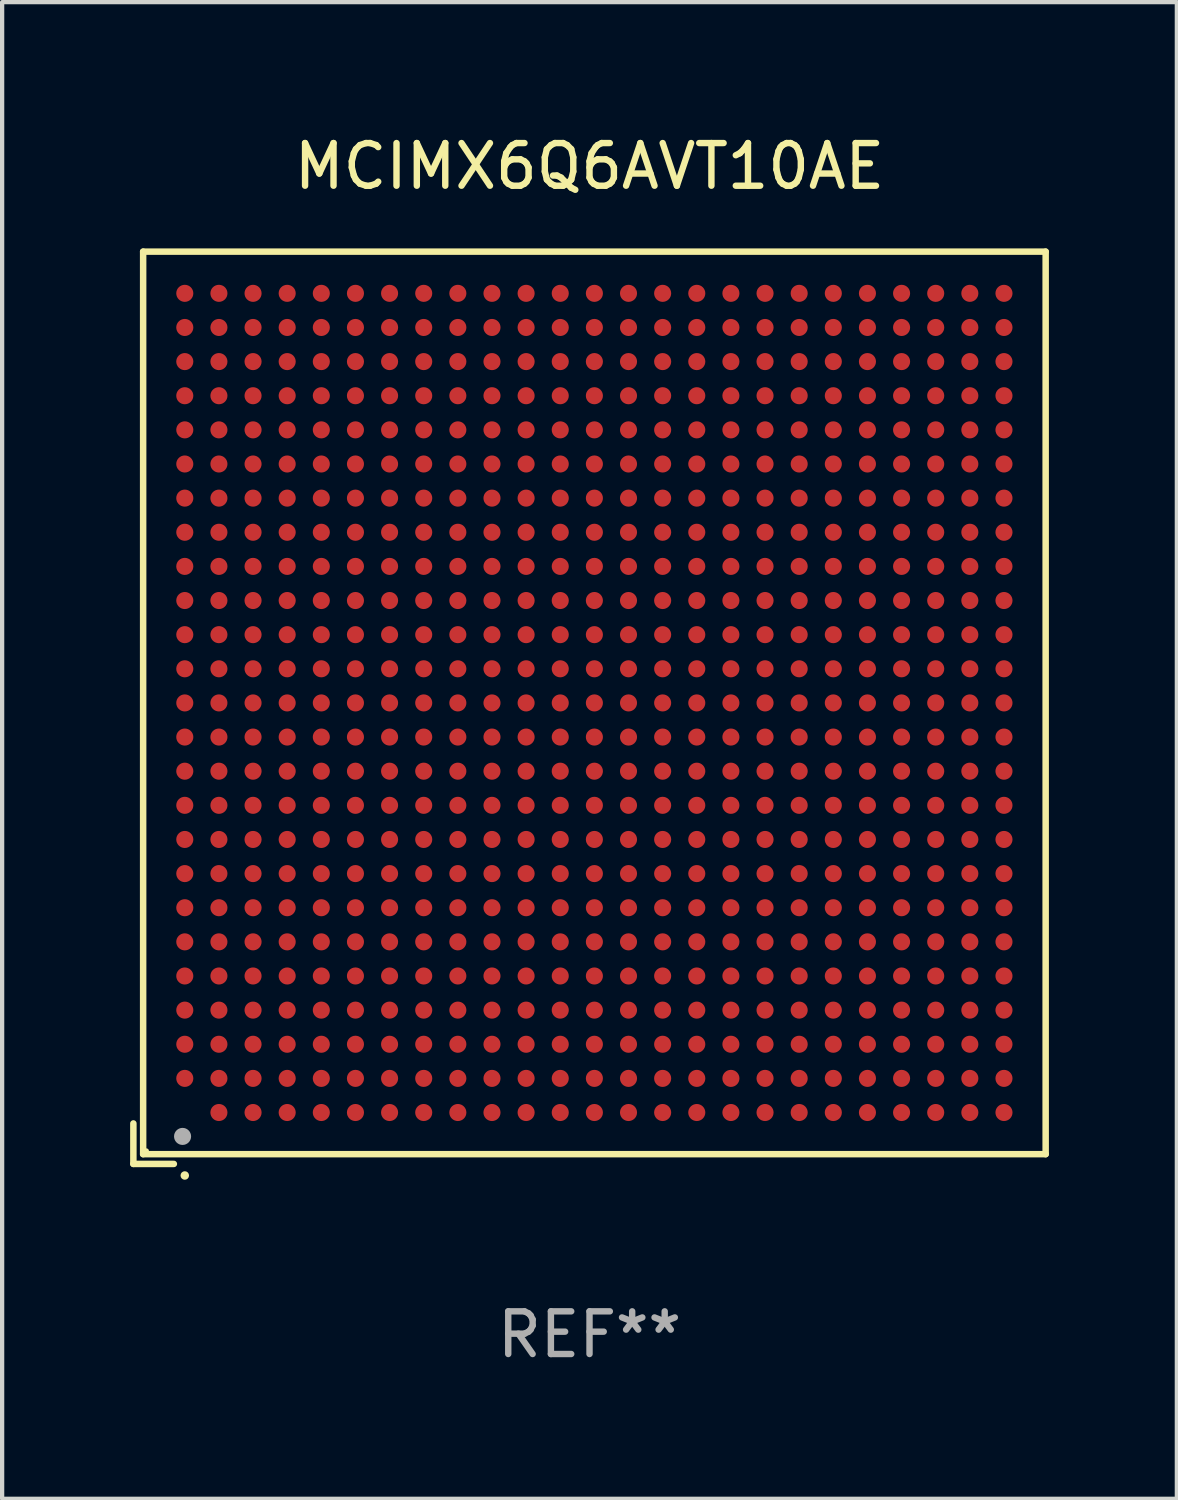
<source format=kicad_pcb>
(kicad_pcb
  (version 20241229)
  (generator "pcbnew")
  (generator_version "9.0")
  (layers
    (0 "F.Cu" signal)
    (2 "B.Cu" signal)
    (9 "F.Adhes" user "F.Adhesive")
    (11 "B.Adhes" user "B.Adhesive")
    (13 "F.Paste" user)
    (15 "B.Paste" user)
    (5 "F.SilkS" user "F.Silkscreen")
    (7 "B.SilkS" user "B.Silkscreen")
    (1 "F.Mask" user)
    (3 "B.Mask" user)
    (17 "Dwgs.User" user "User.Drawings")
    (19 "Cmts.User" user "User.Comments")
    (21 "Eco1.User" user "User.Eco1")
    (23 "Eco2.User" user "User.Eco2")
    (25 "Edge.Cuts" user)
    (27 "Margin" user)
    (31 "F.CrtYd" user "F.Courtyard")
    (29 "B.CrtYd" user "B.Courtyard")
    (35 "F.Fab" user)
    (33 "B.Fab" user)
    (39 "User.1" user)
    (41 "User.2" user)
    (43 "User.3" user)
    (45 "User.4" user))
  (footprint "MCIMX6Q6AVT10AE"
    (layer "F.Cu")
    (at 10.767 13.539)
    (property "Reference" "MCIMX6Q6AVT10AE" (at 0 -12.691 0) (layer "F.SilkS") (effects (font (size 1 1) (thickness 0.15))))
    (attr through_hole)
    (fp_line (start -10.691 9.742) (end -10.691 10.691) (stroke (width 0.152) (type solid)) (layer "F.SilkS"))
    (fp_line (start -10.691 10.691) (end -9.742 10.691) (stroke (width 0.152) (type solid)) (layer "F.SilkS"))
    (fp_line (start -10.462 -10.691) (end 10.691 -10.691) (stroke (width 0.152) (type solid)) (layer "F.SilkS"))
    (fp_line (start -10.462 10.462) (end -10.462 -10.691) (stroke (width 0.152) (type solid)) (layer "F.SilkS"))
    (fp_line (start 10.691 -10.691) (end 10.691 10.462) (stroke (width 0.152) (type solid)) (layer "F.SilkS"))
    (fp_line (start 10.691 10.462) (end -10.462 10.462) (stroke (width 0.152) (type solid)) (layer "F.SilkS"))
    (fp_circle (center -10.386 10.386) (end -10.356 10.386) (stroke (width 0.06) (type solid)) (fill no) (layer "F.SilkS"))
    (fp_circle (center -9.486 10.962) (end -9.436 10.962) (stroke (width 0.1) (type solid)) (fill no) (layer "F.SilkS"))
    (fp_circle (center -9.538 10.046) (end -9.438 10.046) (stroke (width 0.2) (type solid)) (fill no) (layer "F.Fab"))
    (fp_text user "REF**" (at 0 14.691 0) (layer "F.Fab") (effects (font (size 1 1) (thickness 0.15))))
    (pad "A2" smd circle (at -9.486 8.686) (size 0.4 0.4) (layers "F.Cu" "F.Mask" "F.Paste"))
    (pad "A3" smd circle (at -9.486 7.886) (size 0.4 0.4) (layers "F.Cu" "F.Mask" "F.Paste"))
    (pad "A4" smd circle (at -9.486 7.086) (size 0.4 0.4) (layers "F.Cu" "F.Mask" "F.Paste"))
    (pad "A5" smd circle (at -9.486 6.286) (size 0.4 0.4) (layers "F.Cu" "F.Mask" "F.Paste"))
    (pad "A6" smd circle (at -9.486 5.486) (size 0.4 0.4) (layers "F.Cu" "F.Mask" "F.Paste"))
    (pad "A7" smd circle (at -9.486 4.686) (size 0.4 0.4) (layers "F.Cu" "F.Mask" "F.Paste"))
    (pad "A8" smd circle (at -9.486 3.886) (size 0.4 0.4) (layers "F.Cu" "F.Mask" "F.Paste"))
    (pad "A9" smd circle (at -9.486 3.086) (size 0.4 0.4) (layers "F.Cu" "F.Mask" "F.Paste"))
    (pad "A10" smd circle (at -9.486 2.286) (size 0.4 0.4) (layers "F.Cu" "F.Mask" "F.Paste"))
    (pad "A11" smd circle (at -9.486 1.486) (size 0.4 0.4) (layers "F.Cu" "F.Mask" "F.Paste"))
    (pad "A12" smd circle (at -9.486 0.686) (size 0.4 0.4) (layers "F.Cu" "F.Mask" "F.Paste"))
    (pad "A13" smd circle (at -9.486 -0.114) (size 0.4 0.4) (layers "F.Cu" "F.Mask" "F.Paste"))
    (pad "A14" smd circle (at -9.486 -0.914) (size 0.4 0.4) (layers "F.Cu" "F.Mask" "F.Paste"))
    (pad "A15" smd circle (at -9.486 -1.714) (size 0.4 0.4) (layers "F.Cu" "F.Mask" "F.Paste"))
    (pad "A16" smd circle (at -9.486 -2.514) (size 0.4 0.4) (layers "F.Cu" "F.Mask" "F.Paste"))
    (pad "A17" smd circle (at -9.486 -3.314) (size 0.4 0.4) (layers "F.Cu" "F.Mask" "F.Paste"))
    (pad "A18" smd circle (at -9.486 -4.114) (size 0.4 0.4) (layers "F.Cu" "F.Mask" "F.Paste"))
    (pad "A19" smd circle (at -9.486 -4.914) (size 0.4 0.4) (layers "F.Cu" "F.Mask" "F.Paste"))
    (pad "A20" smd circle (at -9.486 -5.714) (size 0.4 0.4) (layers "F.Cu" "F.Mask" "F.Paste"))
    (pad "A21" smd circle (at -9.486 -6.514) (size 0.4 0.4) (layers "F.Cu" "F.Mask" "F.Paste"))
    (pad "A22" smd circle (at -9.486 -7.314) (size 0.4 0.4) (layers "F.Cu" "F.Mask" "F.Paste"))
    (pad "A23" smd circle (at -9.486 -8.114) (size 0.4 0.4) (layers "F.Cu" "F.Mask" "F.Paste"))
    (pad "A24" smd circle (at -9.486 -8.914) (size 0.4 0.4) (layers "F.Cu" "F.Mask" "F.Paste"))
    (pad "A25" smd circle (at -9.486 -9.714) (size 0.4 0.4) (layers "F.Cu" "F.Mask" "F.Paste"))
    (pad "AA1" smd circle (at 6.514 9.486) (size 0.4 0.4) (layers "F.Cu" "F.Mask" "F.Paste"))
    (pad "AA2" smd circle (at 6.514 8.686) (size 0.4 0.4) (layers "F.Cu" "F.Mask" "F.Paste"))
    (pad "AA3" smd circle (at 6.514 7.886) (size 0.4 0.4) (layers "F.Cu" "F.Mask" "F.Paste"))
    (pad "AA4" smd circle (at 6.514 7.086) (size 0.4 0.4) (layers "F.Cu" "F.Mask" "F.Paste"))
    (pad "AA5" smd circle (at 6.514 6.286) (size 0.4 0.4) (layers "F.Cu" "F.Mask" "F.Paste"))
    (pad "AA6" smd circle (at 6.514 5.486) (size 0.4 0.4) (layers "F.Cu" "F.Mask" "F.Paste"))
    (pad "AA7" smd circle (at 6.514 4.686) (size 0.4 0.4) (layers "F.Cu" "F.Mask" "F.Paste"))
    (pad "AA8" smd circle (at 6.514 3.886) (size 0.4 0.4) (layers "F.Cu" "F.Mask" "F.Paste"))
    (pad "AA9" smd circle (at 6.514 3.086) (size 0.4 0.4) (layers "F.Cu" "F.Mask" "F.Paste"))
    (pad "AA10" smd circle (at 6.514 2.286) (size 0.4 0.4) (layers "F.Cu" "F.Mask" "F.Paste"))
    (pad "AA11" smd circle (at 6.514 1.486) (size 0.4 0.4) (layers "F.Cu" "F.Mask" "F.Paste"))
    (pad "AA12" smd circle (at 6.514 0.686) (size 0.4 0.4) (layers "F.Cu" "F.Mask" "F.Paste"))
    (pad "AA13" smd circle (at 6.514 -0.114) (size 0.4 0.4) (layers "F.Cu" "F.Mask" "F.Paste"))
    (pad "AA14" smd circle (at 6.514 -0.914) (size 0.4 0.4) (layers "F.Cu" "F.Mask" "F.Paste"))
    (pad "AA15" smd circle (at 6.514 -1.714) (size 0.4 0.4) (layers "F.Cu" "F.Mask" "F.Paste"))
    (pad "AA16" smd circle (at 6.514 -2.514) (size 0.4 0.4) (layers "F.Cu" "F.Mask" "F.Paste"))
    (pad "AA17" smd circle (at 6.514 -3.314) (size 0.4 0.4) (layers "F.Cu" "F.Mask" "F.Paste"))
    (pad "AA18" smd circle (at 6.514 -4.114) (size 0.4 0.4) (layers "F.Cu" "F.Mask" "F.Paste"))
    (pad "AA19" smd circle (at 6.514 -4.914) (size 0.4 0.4) (layers "F.Cu" "F.Mask" "F.Paste"))
    (pad "AA20" smd circle (at 6.514 -5.714) (size 0.4 0.4) (layers "F.Cu" "F.Mask" "F.Paste"))
    (pad "AA21" smd circle (at 6.514 -6.514) (size 0.4 0.4) (layers "F.Cu" "F.Mask" "F.Paste"))
    (pad "AA22" smd circle (at 6.514 -7.314) (size 0.4 0.4) (layers "F.Cu" "F.Mask" "F.Paste"))
    (pad "AA23" smd circle (at 6.514 -8.114) (size 0.4 0.4) (layers "F.Cu" "F.Mask" "F.Paste"))
    (pad "AA24" smd circle (at 6.514 -8.914) (size 0.4 0.4) (layers "F.Cu" "F.Mask" "F.Paste"))
    (pad "AA25" smd circle (at 6.514 -9.714) (size 0.4 0.4) (layers "F.Cu" "F.Mask" "F.Paste"))
    (pad "AB1" smd circle (at 7.314 9.486) (size 0.4 0.4) (layers "F.Cu" "F.Mask" "F.Paste"))
    (pad "AB2" smd circle (at 7.314 8.686) (size 0.4 0.4) (layers "F.Cu" "F.Mask" "F.Paste"))
    (pad "AB3" smd circle (at 7.314 7.886) (size 0.4 0.4) (layers "F.Cu" "F.Mask" "F.Paste"))
    (pad "AB4" smd circle (at 7.314 7.086) (size 0.4 0.4) (layers "F.Cu" "F.Mask" "F.Paste"))
    (pad "AB5" smd circle (at 7.314 6.286) (size 0.4 0.4) (layers "F.Cu" "F.Mask" "F.Paste"))
    (pad "AB6" smd circle (at 7.314 5.486) (size 0.4 0.4) (layers "F.Cu" "F.Mask" "F.Paste"))
    (pad "AB7" smd circle (at 7.314 4.686) (size 0.4 0.4) (layers "F.Cu" "F.Mask" "F.Paste"))
    (pad "AB8" smd circle (at 7.314 3.886) (size 0.4 0.4) (layers "F.Cu" "F.Mask" "F.Paste"))
    (pad "AB9" smd circle (at 7.314 3.086) (size 0.4 0.4) (layers "F.Cu" "F.Mask" "F.Paste"))
    (pad "AB10" smd circle (at 7.314 2.286) (size 0.4 0.4) (layers "F.Cu" "F.Mask" "F.Paste"))
    (pad "AB11" smd circle (at 7.314 1.486) (size 0.4 0.4) (layers "F.Cu" "F.Mask" "F.Paste"))
    (pad "AB12" smd circle (at 7.314 0.686) (size 0.4 0.4) (layers "F.Cu" "F.Mask" "F.Paste"))
    (pad "AB13" smd circle (at 7.314 -0.114) (size 0.4 0.4) (layers "F.Cu" "F.Mask" "F.Paste"))
    (pad "AB14" smd circle (at 7.314 -0.914) (size 0.4 0.4) (layers "F.Cu" "F.Mask" "F.Paste"))
    (pad "AB15" smd circle (at 7.314 -1.714) (size 0.4 0.4) (layers "F.Cu" "F.Mask" "F.Paste"))
    (pad "AB16" smd circle (at 7.314 -2.514) (size 0.4 0.4) (layers "F.Cu" "F.Mask" "F.Paste"))
    (pad "AB17" smd circle (at 7.314 -3.314) (size 0.4 0.4) (layers "F.Cu" "F.Mask" "F.Paste"))
    (pad "AB18" smd circle (at 7.314 -4.114) (size 0.4 0.4) (layers "F.Cu" "F.Mask" "F.Paste"))
    (pad "AB19" smd circle (at 7.314 -4.914) (size 0.4 0.4) (layers "F.Cu" "F.Mask" "F.Paste"))
    (pad "AB20" smd circle (at 7.314 -5.714) (size 0.4 0.4) (layers "F.Cu" "F.Mask" "F.Paste"))
    (pad "AB21" smd circle (at 7.314 -6.514) (size 0.4 0.4) (layers "F.Cu" "F.Mask" "F.Paste"))
    (pad "AB22" smd circle (at 7.314 -7.314) (size 0.4 0.4) (layers "F.Cu" "F.Mask" "F.Paste"))
    (pad "AB23" smd circle (at 7.314 -8.114) (size 0.4 0.4) (layers "F.Cu" "F.Mask" "F.Paste"))
    (pad "AB24" smd circle (at 7.314 -8.914) (size 0.4 0.4) (layers "F.Cu" "F.Mask" "F.Paste"))
    (pad "AB25" smd circle (at 7.314 -9.714) (size 0.4 0.4) (layers "F.Cu" "F.Mask" "F.Paste"))
    (pad "AC1" smd circle (at 8.114 9.486) (size 0.4 0.4) (layers "F.Cu" "F.Mask" "F.Paste"))
    (pad "AC2" smd circle (at 8.114 8.686) (size 0.4 0.4) (layers "F.Cu" "F.Mask" "F.Paste"))
    (pad "AC3" smd circle (at 8.114 7.886) (size 0.4 0.4) (layers "F.Cu" "F.Mask" "F.Paste"))
    (pad "AC4" smd circle (at 8.114 7.086) (size 0.4 0.4) (layers "F.Cu" "F.Mask" "F.Paste"))
    (pad "AC5" smd circle (at 8.114 6.286) (size 0.4 0.4) (layers "F.Cu" "F.Mask" "F.Paste"))
    (pad "AC6" smd circle (at 8.114 5.486) (size 0.4 0.4) (layers "F.Cu" "F.Mask" "F.Paste"))
    (pad "AC7" smd circle (at 8.114 4.686) (size 0.4 0.4) (layers "F.Cu" "F.Mask" "F.Paste"))
    (pad "AC8" smd circle (at 8.114 3.886) (size 0.4 0.4) (layers "F.Cu" "F.Mask" "F.Paste"))
    (pad "AC9" smd circle (at 8.114 3.086) (size 0.4 0.4) (layers "F.Cu" "F.Mask" "F.Paste"))
    (pad "AC10" smd circle (at 8.114 2.286) (size 0.4 0.4) (layers "F.Cu" "F.Mask" "F.Paste"))
    (pad "AC11" smd circle (at 8.114 1.486) (size 0.4 0.4) (layers "F.Cu" "F.Mask" "F.Paste"))
    (pad "AC12" smd circle (at 8.114 0.686) (size 0.4 0.4) (layers "F.Cu" "F.Mask" "F.Paste"))
    (pad "AC13" smd circle (at 8.114 -0.114) (size 0.4 0.4) (layers "F.Cu" "F.Mask" "F.Paste"))
    (pad "AC14" smd circle (at 8.114 -0.914) (size 0.4 0.4) (layers "F.Cu" "F.Mask" "F.Paste"))
    (pad "AC15" smd circle (at 8.114 -1.714) (size 0.4 0.4) (layers "F.Cu" "F.Mask" "F.Paste"))
    (pad "AC16" smd circle (at 8.114 -2.514) (size 0.4 0.4) (layers "F.Cu" "F.Mask" "F.Paste"))
    (pad "AC17" smd circle (at 8.114 -3.314) (size 0.4 0.4) (layers "F.Cu" "F.Mask" "F.Paste"))
    (pad "AC18" smd circle (at 8.114 -4.114) (size 0.4 0.4) (layers "F.Cu" "F.Mask" "F.Paste"))
    (pad "AC19" smd circle (at 8.114 -4.914) (size 0.4 0.4) (layers "F.Cu" "F.Mask" "F.Paste"))
    (pad "AC20" smd circle (at 8.114 -5.714) (size 0.4 0.4) (layers "F.Cu" "F.Mask" "F.Paste"))
    (pad "AC21" smd circle (at 8.114 -6.514) (size 0.4 0.4) (layers "F.Cu" "F.Mask" "F.Paste"))
    (pad "AC22" smd circle (at 8.114 -7.314) (size 0.4 0.4) (layers "F.Cu" "F.Mask" "F.Paste"))
    (pad "AC23" smd circle (at 8.114 -8.114) (size 0.4 0.4) (layers "F.Cu" "F.Mask" "F.Paste"))
    (pad "AC24" smd circle (at 8.114 -8.914) (size 0.4 0.4) (layers "F.Cu" "F.Mask" "F.Paste"))
    (pad "AC25" smd circle (at 8.114 -9.714) (size 0.4 0.4) (layers "F.Cu" "F.Mask" "F.Paste"))
    (pad "AD1" smd circle (at 8.914 9.486) (size 0.4 0.4) (layers "F.Cu" "F.Mask" "F.Paste"))
    (pad "AD2" smd circle (at 8.914 8.686) (size 0.4 0.4) (layers "F.Cu" "F.Mask" "F.Paste"))
    (pad "AD3" smd circle (at 8.914 7.886) (size 0.4 0.4) (layers "F.Cu" "F.Mask" "F.Paste"))
    (pad "AD4" smd circle (at 8.914 7.086) (size 0.4 0.4) (layers "F.Cu" "F.Mask" "F.Paste"))
    (pad "AD5" smd circle (at 8.914 6.286) (size 0.4 0.4) (layers "F.Cu" "F.Mask" "F.Paste"))
    (pad "AD6" smd circle (at 8.914 5.486) (size 0.4 0.4) (layers "F.Cu" "F.Mask" "F.Paste"))
    (pad "AD7" smd circle (at 8.914 4.686) (size 0.4 0.4) (layers "F.Cu" "F.Mask" "F.Paste"))
    (pad "AD8" smd circle (at 8.914 3.886) (size 0.4 0.4) (layers "F.Cu" "F.Mask" "F.Paste"))
    (pad "AD9" smd circle (at 8.914 3.086) (size 0.4 0.4) (layers "F.Cu" "F.Mask" "F.Paste"))
    (pad "AD10" smd circle (at 8.914 2.286) (size 0.4 0.4) (layers "F.Cu" "F.Mask" "F.Paste"))
    (pad "AD11" smd circle (at 8.914 1.486) (size 0.4 0.4) (layers "F.Cu" "F.Mask" "F.Paste"))
    (pad "AD12" smd circle (at 8.914 0.686) (size 0.4 0.4) (layers "F.Cu" "F.Mask" "F.Paste"))
    (pad "AD13" smd circle (at 8.914 -0.114) (size 0.4 0.4) (layers "F.Cu" "F.Mask" "F.Paste"))
    (pad "AD14" smd circle (at 8.914 -0.914) (size 0.4 0.4) (layers "F.Cu" "F.Mask" "F.Paste"))
    (pad "AD15" smd circle (at 8.914 -1.714) (size 0.4 0.4) (layers "F.Cu" "F.Mask" "F.Paste"))
    (pad "AD16" smd circle (at 8.914 -2.514) (size 0.4 0.4) (layers "F.Cu" "F.Mask" "F.Paste"))
    (pad "AD17" smd circle (at 8.914 -3.314) (size 0.4 0.4) (layers "F.Cu" "F.Mask" "F.Paste"))
    (pad "AD18" smd circle (at 8.914 -4.114) (size 0.4 0.4) (layers "F.Cu" "F.Mask" "F.Paste"))
    (pad "AD19" smd circle (at 8.914 -4.914) (size 0.4 0.4) (layers "F.Cu" "F.Mask" "F.Paste"))
    (pad "AD20" smd circle (at 8.914 -5.714) (size 0.4 0.4) (layers "F.Cu" "F.Mask" "F.Paste"))
    (pad "AD21" smd circle (at 8.914 -6.514) (size 0.4 0.4) (layers "F.Cu" "F.Mask" "F.Paste"))
    (pad "AD22" smd circle (at 8.914 -7.314) (size 0.4 0.4) (layers "F.Cu" "F.Mask" "F.Paste"))
    (pad "AD23" smd circle (at 8.914 -8.114) (size 0.4 0.4) (layers "F.Cu" "F.Mask" "F.Paste"))
    (pad "AD24" smd circle (at 8.914 -8.914) (size 0.4 0.4) (layers "F.Cu" "F.Mask" "F.Paste"))
    (pad "AD25" smd circle (at 8.914 -9.714) (size 0.4 0.4) (layers "F.Cu" "F.Mask" "F.Paste"))
    (pad "AE1" smd circle (at 9.714 9.486) (size 0.4 0.4) (layers "F.Cu" "F.Mask" "F.Paste"))
    (pad "AE2" smd circle (at 9.714 8.686) (size 0.4 0.4) (layers "F.Cu" "F.Mask" "F.Paste"))
    (pad "AE3" smd circle (at 9.714 7.886) (size 0.4 0.4) (layers "F.Cu" "F.Mask" "F.Paste"))
    (pad "AE4" smd circle (at 9.714 7.086) (size 0.4 0.4) (layers "F.Cu" "F.Mask" "F.Paste"))
    (pad "AE5" smd circle (at 9.714 6.286) (size 0.4 0.4) (layers "F.Cu" "F.Mask" "F.Paste"))
    (pad "AE6" smd circle (at 9.714 5.486) (size 0.4 0.4) (layers "F.Cu" "F.Mask" "F.Paste"))
    (pad "AE7" smd circle (at 9.714 4.686) (size 0.4 0.4) (layers "F.Cu" "F.Mask" "F.Paste"))
    (pad "AE8" smd circle (at 9.714 3.886) (size 0.4 0.4) (layers "F.Cu" "F.Mask" "F.Paste"))
    (pad "AE9" smd circle (at 9.714 3.086) (size 0.4 0.4) (layers "F.Cu" "F.Mask" "F.Paste"))
    (pad "AE10" smd circle (at 9.714 2.286) (size 0.4 0.4) (layers "F.Cu" "F.Mask" "F.Paste"))
    (pad "AE11" smd circle (at 9.714 1.486) (size 0.4 0.4) (layers "F.Cu" "F.Mask" "F.Paste"))
    (pad "AE12" smd circle (at 9.714 0.686) (size 0.4 0.4) (layers "F.Cu" "F.Mask" "F.Paste"))
    (pad "AE13" smd circle (at 9.714 -0.114) (size 0.4 0.4) (layers "F.Cu" "F.Mask" "F.Paste"))
    (pad "AE14" smd circle (at 9.714 -0.914) (size 0.4 0.4) (layers "F.Cu" "F.Mask" "F.Paste"))
    (pad "AE15" smd circle (at 9.714 -1.714) (size 0.4 0.4) (layers "F.Cu" "F.Mask" "F.Paste"))
    (pad "AE16" smd circle (at 9.714 -2.514) (size 0.4 0.4) (layers "F.Cu" "F.Mask" "F.Paste"))
    (pad "AE17" smd circle (at 9.714 -3.314) (size 0.4 0.4) (layers "F.Cu" "F.Mask" "F.Paste"))
    (pad "AE18" smd circle (at 9.714 -4.114) (size 0.4 0.4) (layers "F.Cu" "F.Mask" "F.Paste"))
    (pad "AE19" smd circle (at 9.714 -4.914) (size 0.4 0.4) (layers "F.Cu" "F.Mask" "F.Paste"))
    (pad "AE20" smd circle (at 9.714 -5.714) (size 0.4 0.4) (layers "F.Cu" "F.Mask" "F.Paste"))
    (pad "AE21" smd circle (at 9.714 -6.514) (size 0.4 0.4) (layers "F.Cu" "F.Mask" "F.Paste"))
    (pad "AE22" smd circle (at 9.714 -7.314) (size 0.4 0.4) (layers "F.Cu" "F.Mask" "F.Paste"))
    (pad "AE23" smd circle (at 9.714 -8.114) (size 0.4 0.4) (layers "F.Cu" "F.Mask" "F.Paste"))
    (pad "AE24" smd circle (at 9.714 -8.914) (size 0.4 0.4) (layers "F.Cu" "F.Mask" "F.Paste"))
    (pad "AE25" smd circle (at 9.714 -9.714) (size 0.4 0.4) (layers "F.Cu" "F.Mask" "F.Paste"))
    (pad "B1" smd circle (at -8.686 9.486) (size 0.4 0.4) (layers "F.Cu" "F.Mask" "F.Paste"))
    (pad "B2" smd circle (at -8.686 8.686) (size 0.4 0.4) (layers "F.Cu" "F.Mask" "F.Paste"))
    (pad "B3" smd circle (at -8.686 7.886) (size 0.4 0.4) (layers "F.Cu" "F.Mask" "F.Paste"))
    (pad "B4" smd circle (at -8.686 7.086) (size 0.4 0.4) (layers "F.Cu" "F.Mask" "F.Paste"))
    (pad "B5" smd circle (at -8.686 6.286) (size 0.4 0.4) (layers "F.Cu" "F.Mask" "F.Paste"))
    (pad "B6" smd circle (at -8.686 5.486) (size 0.4 0.4) (layers "F.Cu" "F.Mask" "F.Paste"))
    (pad "B7" smd circle (at -8.686 4.686) (size 0.4 0.4) (layers "F.Cu" "F.Mask" "F.Paste"))
    (pad "B8" smd circle (at -8.686 3.886) (size 0.4 0.4) (layers "F.Cu" "F.Mask" "F.Paste"))
    (pad "B9" smd circle (at -8.686 3.086) (size 0.4 0.4) (layers "F.Cu" "F.Mask" "F.Paste"))
    (pad "B10" smd circle (at -8.686 2.286) (size 0.4 0.4) (layers "F.Cu" "F.Mask" "F.Paste"))
    (pad "B11" smd circle (at -8.686 1.486) (size 0.4 0.4) (layers "F.Cu" "F.Mask" "F.Paste"))
    (pad "B12" smd circle (at -8.686 0.686) (size 0.4 0.4) (layers "F.Cu" "F.Mask" "F.Paste"))
    (pad "B13" smd circle (at -8.686 -0.114) (size 0.4 0.4) (layers "F.Cu" "F.Mask" "F.Paste"))
    (pad "B14" smd circle (at -8.686 -0.914) (size 0.4 0.4) (layers "F.Cu" "F.Mask" "F.Paste"))
    (pad "B15" smd circle (at -8.686 -1.714) (size 0.4 0.4) (layers "F.Cu" "F.Mask" "F.Paste"))
    (pad "B16" smd circle (at -8.686 -2.514) (size 0.4 0.4) (layers "F.Cu" "F.Mask" "F.Paste"))
    (pad "B17" smd circle (at -8.686 -3.314) (size 0.4 0.4) (layers "F.Cu" "F.Mask" "F.Paste"))
    (pad "B18" smd circle (at -8.686 -4.114) (size 0.4 0.4) (layers "F.Cu" "F.Mask" "F.Paste"))
    (pad "B19" smd circle (at -8.686 -4.914) (size 0.4 0.4) (layers "F.Cu" "F.Mask" "F.Paste"))
    (pad "B20" smd circle (at -8.686 -5.714) (size 0.4 0.4) (layers "F.Cu" "F.Mask" "F.Paste"))
    (pad "B21" smd circle (at -8.686 -6.514) (size 0.4 0.4) (layers "F.Cu" "F.Mask" "F.Paste"))
    (pad "B22" smd circle (at -8.686 -7.314) (size 0.4 0.4) (layers "F.Cu" "F.Mask" "F.Paste"))
    (pad "B23" smd circle (at -8.686 -8.114) (size 0.4 0.4) (layers "F.Cu" "F.Mask" "F.Paste"))
    (pad "B24" smd circle (at -8.686 -8.914) (size 0.4 0.4) (layers "F.Cu" "F.Mask" "F.Paste"))
    (pad "B25" smd circle (at -8.686 -9.714) (size 0.4 0.4) (layers "F.Cu" "F.Mask" "F.Paste"))
    (pad "C1" smd circle (at -7.886 9.486) (size 0.4 0.4) (layers "F.Cu" "F.Mask" "F.Paste"))
    (pad "C2" smd circle (at -7.886 8.686) (size 0.4 0.4) (layers "F.Cu" "F.Mask" "F.Paste"))
    (pad "C3" smd circle (at -7.886 7.886) (size 0.4 0.4) (layers "F.Cu" "F.Mask" "F.Paste"))
    (pad "C4" smd circle (at -7.886 7.086) (size 0.4 0.4) (layers "F.Cu" "F.Mask" "F.Paste"))
    (pad "C5" smd circle (at -7.886 6.286) (size 0.4 0.4) (layers "F.Cu" "F.Mask" "F.Paste"))
    (pad "C6" smd circle (at -7.886 5.486) (size 0.4 0.4) (layers "F.Cu" "F.Mask" "F.Paste"))
    (pad "C7" smd circle (at -7.886 4.686) (size 0.4 0.4) (layers "F.Cu" "F.Mask" "F.Paste"))
    (pad "C8" smd circle (at -7.886 3.886) (size 0.4 0.4) (layers "F.Cu" "F.Mask" "F.Paste"))
    (pad "C9" smd circle (at -7.886 3.086) (size 0.4 0.4) (layers "F.Cu" "F.Mask" "F.Paste"))
    (pad "C10" smd circle (at -7.886 2.286) (size 0.4 0.4) (layers "F.Cu" "F.Mask" "F.Paste"))
    (pad "C11" smd circle (at -7.886 1.486) (size 0.4 0.4) (layers "F.Cu" "F.Mask" "F.Paste"))
    (pad "C12" smd circle (at -7.886 0.686) (size 0.4 0.4) (layers "F.Cu" "F.Mask" "F.Paste"))
    (pad "C13" smd circle (at -7.886 -0.114) (size 0.4 0.4) (layers "F.Cu" "F.Mask" "F.Paste"))
    (pad "C14" smd circle (at -7.886 -0.914) (size 0.4 0.4) (layers "F.Cu" "F.Mask" "F.Paste"))
    (pad "C15" smd circle (at -7.886 -1.714) (size 0.4 0.4) (layers "F.Cu" "F.Mask" "F.Paste"))
    (pad "C16" smd circle (at -7.886 -2.514) (size 0.4 0.4) (layers "F.Cu" "F.Mask" "F.Paste"))
    (pad "C17" smd circle (at -7.886 -3.314) (size 0.4 0.4) (layers "F.Cu" "F.Mask" "F.Paste"))
    (pad "C18" smd circle (at -7.886 -4.114) (size 0.4 0.4) (layers "F.Cu" "F.Mask" "F.Paste"))
    (pad "C19" smd circle (at -7.886 -4.914) (size 0.4 0.4) (layers "F.Cu" "F.Mask" "F.Paste"))
    (pad "C20" smd circle (at -7.886 -5.714) (size 0.4 0.4) (layers "F.Cu" "F.Mask" "F.Paste"))
    (pad "C21" smd circle (at -7.886 -6.514) (size 0.4 0.4) (layers "F.Cu" "F.Mask" "F.Paste"))
    (pad "C22" smd circle (at -7.886 -7.314) (size 0.4 0.4) (layers "F.Cu" "F.Mask" "F.Paste"))
    (pad "C23" smd circle (at -7.886 -8.114) (size 0.4 0.4) (layers "F.Cu" "F.Mask" "F.Paste"))
    (pad "C24" smd circle (at -7.886 -8.914) (size 0.4 0.4) (layers "F.Cu" "F.Mask" "F.Paste"))
    (pad "C25" smd circle (at -7.886 -9.714) (size 0.4 0.4) (layers "F.Cu" "F.Mask" "F.Paste"))
    (pad "D1" smd circle (at -7.086 9.486) (size 0.4 0.4) (layers "F.Cu" "F.Mask" "F.Paste"))
    (pad "D2" smd circle (at -7.086 8.686) (size 0.4 0.4) (layers "F.Cu" "F.Mask" "F.Paste"))
    (pad "D3" smd circle (at -7.086 7.886) (size 0.4 0.4) (layers "F.Cu" "F.Mask" "F.Paste"))
    (pad "D4" smd circle (at -7.086 7.086) (size 0.4 0.4) (layers "F.Cu" "F.Mask" "F.Paste"))
    (pad "D5" smd circle (at -7.086 6.286) (size 0.4 0.4) (layers "F.Cu" "F.Mask" "F.Paste"))
    (pad "D6" smd circle (at -7.086 5.486) (size 0.4 0.4) (layers "F.Cu" "F.Mask" "F.Paste"))
    (pad "D7" smd circle (at -7.086 4.686) (size 0.4 0.4) (layers "F.Cu" "F.Mask" "F.Paste"))
    (pad "D8" smd circle (at -7.086 3.886) (size 0.4 0.4) (layers "F.Cu" "F.Mask" "F.Paste"))
    (pad "D9" smd circle (at -7.086 3.086) (size 0.4 0.4) (layers "F.Cu" "F.Mask" "F.Paste"))
    (pad "D10" smd circle (at -7.086 2.286) (size 0.4 0.4) (layers "F.Cu" "F.Mask" "F.Paste"))
    (pad "D11" smd circle (at -7.086 1.486) (size 0.4 0.4) (layers "F.Cu" "F.Mask" "F.Paste"))
    (pad "D12" smd circle (at -7.086 0.686) (size 0.4 0.4) (layers "F.Cu" "F.Mask" "F.Paste"))
    (pad "D13" smd circle (at -7.086 -0.114) (size 0.4 0.4) (layers "F.Cu" "F.Mask" "F.Paste"))
    (pad "D14" smd circle (at -7.086 -0.914) (size 0.4 0.4) (layers "F.Cu" "F.Mask" "F.Paste"))
    (pad "D15" smd circle (at -7.086 -1.714) (size 0.4 0.4) (layers "F.Cu" "F.Mask" "F.Paste"))
    (pad "D16" smd circle (at -7.086 -2.514) (size 0.4 0.4) (layers "F.Cu" "F.Mask" "F.Paste"))
    (pad "D17" smd circle (at -7.086 -3.314) (size 0.4 0.4) (layers "F.Cu" "F.Mask" "F.Paste"))
    (pad "D18" smd circle (at -7.086 -4.114) (size 0.4 0.4) (layers "F.Cu" "F.Mask" "F.Paste"))
    (pad "D19" smd circle (at -7.086 -4.914) (size 0.4 0.4) (layers "F.Cu" "F.Mask" "F.Paste"))
    (pad "D20" smd circle (at -7.086 -5.714) (size 0.4 0.4) (layers "F.Cu" "F.Mask" "F.Paste"))
    (pad "D21" smd circle (at -7.086 -6.514) (size 0.4 0.4) (layers "F.Cu" "F.Mask" "F.Paste"))
    (pad "D22" smd circle (at -7.086 -7.314) (size 0.4 0.4) (layers "F.Cu" "F.Mask" "F.Paste"))
    (pad "D23" smd circle (at -7.086 -8.114) (size 0.4 0.4) (layers "F.Cu" "F.Mask" "F.Paste"))
    (pad "D24" smd circle (at -7.086 -8.914) (size 0.4 0.4) (layers "F.Cu" "F.Mask" "F.Paste"))
    (pad "D25" smd circle (at -7.086 -9.714) (size 0.4 0.4) (layers "F.Cu" "F.Mask" "F.Paste"))
    (pad "E1" smd circle (at -6.286 9.486) (size 0.4 0.4) (layers "F.Cu" "F.Mask" "F.Paste"))
    (pad "E2" smd circle (at -6.286 8.686) (size 0.4 0.4) (layers "F.Cu" "F.Mask" "F.Paste"))
    (pad "E3" smd circle (at -6.286 7.886) (size 0.4 0.4) (layers "F.Cu" "F.Mask" "F.Paste"))
    (pad "E4" smd circle (at -6.286 7.086) (size 0.4 0.4) (layers "F.Cu" "F.Mask" "F.Paste"))
    (pad "E5" smd circle (at -6.286 6.286) (size 0.4 0.4) (layers "F.Cu" "F.Mask" "F.Paste"))
    (pad "E6" smd circle (at -6.286 5.486) (size 0.4 0.4) (layers "F.Cu" "F.Mask" "F.Paste"))
    (pad "E7" smd circle (at -6.286 4.686) (size 0.4 0.4) (layers "F.Cu" "F.Mask" "F.Paste"))
    (pad "E8" smd circle (at -6.286 3.886) (size 0.4 0.4) (layers "F.Cu" "F.Mask" "F.Paste"))
    (pad "E9" smd circle (at -6.286 3.086) (size 0.4 0.4) (layers "F.Cu" "F.Mask" "F.Paste"))
    (pad "E10" smd circle (at -6.286 2.286) (size 0.4 0.4) (layers "F.Cu" "F.Mask" "F.Paste"))
    (pad "E11" smd circle (at -6.286 1.486) (size 0.4 0.4) (layers "F.Cu" "F.Mask" "F.Paste"))
    (pad "E12" smd circle (at -6.286 0.686) (size 0.4 0.4) (layers "F.Cu" "F.Mask" "F.Paste"))
    (pad "E13" smd circle (at -6.286 -0.114) (size 0.4 0.4) (layers "F.Cu" "F.Mask" "F.Paste"))
    (pad "E14" smd circle (at -6.286 -0.914) (size 0.4 0.4) (layers "F.Cu" "F.Mask" "F.Paste"))
    (pad "E15" smd circle (at -6.286 -1.714) (size 0.4 0.4) (layers "F.Cu" "F.Mask" "F.Paste"))
    (pad "E16" smd circle (at -6.286 -2.514) (size 0.4 0.4) (layers "F.Cu" "F.Mask" "F.Paste"))
    (pad "E17" smd circle (at -6.286 -3.314) (size 0.4 0.4) (layers "F.Cu" "F.Mask" "F.Paste"))
    (pad "E18" smd circle (at -6.286 -4.114) (size 0.4 0.4) (layers "F.Cu" "F.Mask" "F.Paste"))
    (pad "E19" smd circle (at -6.286 -4.914) (size 0.4 0.4) (layers "F.Cu" "F.Mask" "F.Paste"))
    (pad "E20" smd circle (at -6.286 -5.714) (size 0.4 0.4) (layers "F.Cu" "F.Mask" "F.Paste"))
    (pad "E21" smd circle (at -6.286 -6.514) (size 0.4 0.4) (layers "F.Cu" "F.Mask" "F.Paste"))
    (pad "E22" smd circle (at -6.286 -7.314) (size 0.4 0.4) (layers "F.Cu" "F.Mask" "F.Paste"))
    (pad "E23" smd circle (at -6.286 -8.114) (size 0.4 0.4) (layers "F.Cu" "F.Mask" "F.Paste"))
    (pad "E24" smd circle (at -6.286 -8.914) (size 0.4 0.4) (layers "F.Cu" "F.Mask" "F.Paste"))
    (pad "E25" smd circle (at -6.286 -9.714) (size 0.4 0.4) (layers "F.Cu" "F.Mask" "F.Paste"))
    (pad "F1" smd circle (at -5.486 9.486) (size 0.4 0.4) (layers "F.Cu" "F.Mask" "F.Paste"))
    (pad "F2" smd circle (at -5.486 8.686) (size 0.4 0.4) (layers "F.Cu" "F.Mask" "F.Paste"))
    (pad "F3" smd circle (at -5.486 7.886) (size 0.4 0.4) (layers "F.Cu" "F.Mask" "F.Paste"))
    (pad "F4" smd circle (at -5.486 7.086) (size 0.4 0.4) (layers "F.Cu" "F.Mask" "F.Paste"))
    (pad "F5" smd circle (at -5.486 6.286) (size 0.4 0.4) (layers "F.Cu" "F.Mask" "F.Paste"))
    (pad "F6" smd circle (at -5.486 5.486) (size 0.4 0.4) (layers "F.Cu" "F.Mask" "F.Paste"))
    (pad "F7" smd circle (at -5.486 4.686) (size 0.4 0.4) (layers "F.Cu" "F.Mask" "F.Paste"))
    (pad "F8" smd circle (at -5.486 3.886) (size 0.4 0.4) (layers "F.Cu" "F.Mask" "F.Paste"))
    (pad "F9" smd circle (at -5.486 3.086) (size 0.4 0.4) (layers "F.Cu" "F.Mask" "F.Paste"))
    (pad "F10" smd circle (at -5.486 2.286) (size 0.4 0.4) (layers "F.Cu" "F.Mask" "F.Paste"))
    (pad "F11" smd circle (at -5.486 1.486) (size 0.4 0.4) (layers "F.Cu" "F.Mask" "F.Paste"))
    (pad "F12" smd circle (at -5.486 0.686) (size 0.4 0.4) (layers "F.Cu" "F.Mask" "F.Paste"))
    (pad "F13" smd circle (at -5.486 -0.114) (size 0.4 0.4) (layers "F.Cu" "F.Mask" "F.Paste"))
    (pad "F14" smd circle (at -5.486 -0.914) (size 0.4 0.4) (layers "F.Cu" "F.Mask" "F.Paste"))
    (pad "F15" smd circle (at -5.486 -1.714) (size 0.4 0.4) (layers "F.Cu" "F.Mask" "F.Paste"))
    (pad "F16" smd circle (at -5.486 -2.514) (size 0.4 0.4) (layers "F.Cu" "F.Mask" "F.Paste"))
    (pad "F17" smd circle (at -5.486 -3.314) (size 0.4 0.4) (layers "F.Cu" "F.Mask" "F.Paste"))
    (pad "F18" smd circle (at -5.486 -4.114) (size 0.4 0.4) (layers "F.Cu" "F.Mask" "F.Paste"))
    (pad "F19" smd circle (at -5.486 -4.914) (size 0.4 0.4) (layers "F.Cu" "F.Mask" "F.Paste"))
    (pad "F20" smd circle (at -5.486 -5.714) (size 0.4 0.4) (layers "F.Cu" "F.Mask" "F.Paste"))
    (pad "F21" smd circle (at -5.486 -6.514) (size 0.4 0.4) (layers "F.Cu" "F.Mask" "F.Paste"))
    (pad "F22" smd circle (at -5.486 -7.314) (size 0.4 0.4) (layers "F.Cu" "F.Mask" "F.Paste"))
    (pad "F23" smd circle (at -5.486 -8.114) (size 0.4 0.4) (layers "F.Cu" "F.Mask" "F.Paste"))
    (pad "F24" smd circle (at -5.486 -8.914) (size 0.4 0.4) (layers "F.Cu" "F.Mask" "F.Paste"))
    (pad "F25" smd circle (at -5.486 -9.714) (size 0.4 0.4) (layers "F.Cu" "F.Mask" "F.Paste"))
    (pad "G1" smd circle (at -4.686 9.486) (size 0.4 0.4) (layers "F.Cu" "F.Mask" "F.Paste"))
    (pad "G2" smd circle (at -4.686 8.686) (size 0.4 0.4) (layers "F.Cu" "F.Mask" "F.Paste"))
    (pad "G3" smd circle (at -4.686 7.886) (size 0.4 0.4) (layers "F.Cu" "F.Mask" "F.Paste"))
    (pad "G4" smd circle (at -4.686 7.086) (size 0.4 0.4) (layers "F.Cu" "F.Mask" "F.Paste"))
    (pad "G5" smd circle (at -4.686 6.286) (size 0.4 0.4) (layers "F.Cu" "F.Mask" "F.Paste"))
    (pad "G6" smd circle (at -4.686 5.486) (size 0.4 0.4) (layers "F.Cu" "F.Mask" "F.Paste"))
    (pad "G7" smd circle (at -4.686 4.686) (size 0.4 0.4) (layers "F.Cu" "F.Mask" "F.Paste"))
    (pad "G8" smd circle (at -4.686 3.886) (size 0.4 0.4) (layers "F.Cu" "F.Mask" "F.Paste"))
    (pad "G9" smd circle (at -4.686 3.086) (size 0.4 0.4) (layers "F.Cu" "F.Mask" "F.Paste"))
    (pad "G10" smd circle (at -4.686 2.286) (size 0.4 0.4) (layers "F.Cu" "F.Mask" "F.Paste"))
    (pad "G11" smd circle (at -4.686 1.486) (size 0.4 0.4) (layers "F.Cu" "F.Mask" "F.Paste"))
    (pad "G12" smd circle (at -4.686 0.686) (size 0.4 0.4) (layers "F.Cu" "F.Mask" "F.Paste"))
    (pad "G13" smd circle (at -4.686 -0.114) (size 0.4 0.4) (layers "F.Cu" "F.Mask" "F.Paste"))
    (pad "G14" smd circle (at -4.686 -0.914) (size 0.4 0.4) (layers "F.Cu" "F.Mask" "F.Paste"))
    (pad "G15" smd circle (at -4.686 -1.714) (size 0.4 0.4) (layers "F.Cu" "F.Mask" "F.Paste"))
    (pad "G16" smd circle (at -4.686 -2.514) (size 0.4 0.4) (layers "F.Cu" "F.Mask" "F.Paste"))
    (pad "G17" smd circle (at -4.686 -3.314) (size 0.4 0.4) (layers "F.Cu" "F.Mask" "F.Paste"))
    (pad "G18" smd circle (at -4.686 -4.114) (size 0.4 0.4) (layers "F.Cu" "F.Mask" "F.Paste"))
    (pad "G19" smd circle (at -4.686 -4.914) (size 0.4 0.4) (layers "F.Cu" "F.Mask" "F.Paste"))
    (pad "G20" smd circle (at -4.686 -5.714) (size 0.4 0.4) (layers "F.Cu" "F.Mask" "F.Paste"))
    (pad "G21" smd circle (at -4.686 -6.514) (size 0.4 0.4) (layers "F.Cu" "F.Mask" "F.Paste"))
    (pad "G22" smd circle (at -4.686 -7.314) (size 0.4 0.4) (layers "F.Cu" "F.Mask" "F.Paste"))
    (pad "G23" smd circle (at -4.686 -8.114) (size 0.4 0.4) (layers "F.Cu" "F.Mask" "F.Paste"))
    (pad "G24" smd circle (at -4.686 -8.914) (size 0.4 0.4) (layers "F.Cu" "F.Mask" "F.Paste"))
    (pad "G25" smd circle (at -4.686 -9.714) (size 0.4 0.4) (layers "F.Cu" "F.Mask" "F.Paste"))
    (pad "H1" smd circle (at -3.886 9.486) (size 0.4 0.4) (layers "F.Cu" "F.Mask" "F.Paste"))
    (pad "H2" smd circle (at -3.886 8.686) (size 0.4 0.4) (layers "F.Cu" "F.Mask" "F.Paste"))
    (pad "H3" smd circle (at -3.886 7.886) (size 0.4 0.4) (layers "F.Cu" "F.Mask" "F.Paste"))
    (pad "H4" smd circle (at -3.886 7.086) (size 0.4 0.4) (layers "F.Cu" "F.Mask" "F.Paste"))
    (pad "H5" smd circle (at -3.886 6.286) (size 0.4 0.4) (layers "F.Cu" "F.Mask" "F.Paste"))
    (pad "H6" smd circle (at -3.886 5.486) (size 0.4 0.4) (layers "F.Cu" "F.Mask" "F.Paste"))
    (pad "H7" smd circle (at -3.886 4.686) (size 0.4 0.4) (layers "F.Cu" "F.Mask" "F.Paste"))
    (pad "H8" smd circle (at -3.886 3.886) (size 0.4 0.4) (layers "F.Cu" "F.Mask" "F.Paste"))
    (pad "H9" smd circle (at -3.886 3.086) (size 0.4 0.4) (layers "F.Cu" "F.Mask" "F.Paste"))
    (pad "H10" smd circle (at -3.886 2.286) (size 0.4 0.4) (layers "F.Cu" "F.Mask" "F.Paste"))
    (pad "H11" smd circle (at -3.886 1.486) (size 0.4 0.4) (layers "F.Cu" "F.Mask" "F.Paste"))
    (pad "H12" smd circle (at -3.886 0.686) (size 0.4 0.4) (layers "F.Cu" "F.Mask" "F.Paste"))
    (pad "H13" smd circle (at -3.886 -0.114) (size 0.4 0.4) (layers "F.Cu" "F.Mask" "F.Paste"))
    (pad "H14" smd circle (at -3.886 -0.914) (size 0.4 0.4) (layers "F.Cu" "F.Mask" "F.Paste"))
    (pad "H15" smd circle (at -3.886 -1.714) (size 0.4 0.4) (layers "F.Cu" "F.Mask" "F.Paste"))
    (pad "H16" smd circle (at -3.886 -2.514) (size 0.4 0.4) (layers "F.Cu" "F.Mask" "F.Paste"))
    (pad "H17" smd circle (at -3.886 -3.314) (size 0.4 0.4) (layers "F.Cu" "F.Mask" "F.Paste"))
    (pad "H18" smd circle (at -3.886 -4.114) (size 0.4 0.4) (layers "F.Cu" "F.Mask" "F.Paste"))
    (pad "H19" smd circle (at -3.886 -4.914) (size 0.4 0.4) (layers "F.Cu" "F.Mask" "F.Paste"))
    (pad "H20" smd circle (at -3.886 -5.714) (size 0.4 0.4) (layers "F.Cu" "F.Mask" "F.Paste"))
    (pad "H21" smd circle (at -3.886 -6.514) (size 0.4 0.4) (layers "F.Cu" "F.Mask" "F.Paste"))
    (pad "H22" smd circle (at -3.886 -7.314) (size 0.4 0.4) (layers "F.Cu" "F.Mask" "F.Paste"))
    (pad "H23" smd circle (at -3.886 -8.114) (size 0.4 0.4) (layers "F.Cu" "F.Mask" "F.Paste"))
    (pad "H24" smd circle (at -3.886 -8.914) (size 0.4 0.4) (layers "F.Cu" "F.Mask" "F.Paste"))
    (pad "H25" smd circle (at -3.886 -9.714) (size 0.4 0.4) (layers "F.Cu" "F.Mask" "F.Paste"))
    (pad "J1" smd circle (at -3.086 9.486) (size 0.4 0.4) (layers "F.Cu" "F.Mask" "F.Paste"))
    (pad "J2" smd circle (at -3.086 8.686) (size 0.4 0.4) (layers "F.Cu" "F.Mask" "F.Paste"))
    (pad "J3" smd circle (at -3.086 7.886) (size 0.4 0.4) (layers "F.Cu" "F.Mask" "F.Paste"))
    (pad "J4" smd circle (at -3.086 7.086) (size 0.4 0.4) (layers "F.Cu" "F.Mask" "F.Paste"))
    (pad "J5" smd circle (at -3.086 6.286) (size 0.4 0.4) (layers "F.Cu" "F.Mask" "F.Paste"))
    (pad "J6" smd circle (at -3.086 5.486) (size 0.4 0.4) (layers "F.Cu" "F.Mask" "F.Paste"))
    (pad "J7" smd circle (at -3.086 4.686) (size 0.4 0.4) (layers "F.Cu" "F.Mask" "F.Paste"))
    (pad "J8" smd circle (at -3.086 3.886) (size 0.4 0.4) (layers "F.Cu" "F.Mask" "F.Paste"))
    (pad "J9" smd circle (at -3.086 3.086) (size 0.4 0.4) (layers "F.Cu" "F.Mask" "F.Paste"))
    (pad "J10" smd circle (at -3.086 2.286) (size 0.4 0.4) (layers "F.Cu" "F.Mask" "F.Paste"))
    (pad "J11" smd circle (at -3.086 1.486) (size 0.4 0.4) (layers "F.Cu" "F.Mask" "F.Paste"))
    (pad "J12" smd circle (at -3.086 0.686) (size 0.4 0.4) (layers "F.Cu" "F.Mask" "F.Paste"))
    (pad "J13" smd circle (at -3.086 -0.114) (size 0.4 0.4) (layers "F.Cu" "F.Mask" "F.Paste"))
    (pad "J14" smd circle (at -3.086 -0.914) (size 0.4 0.4) (layers "F.Cu" "F.Mask" "F.Paste"))
    (pad "J15" smd circle (at -3.086 -1.714) (size 0.4 0.4) (layers "F.Cu" "F.Mask" "F.Paste"))
    (pad "J16" smd circle (at -3.086 -2.514) (size 0.4 0.4) (layers "F.Cu" "F.Mask" "F.Paste"))
    (pad "J17" smd circle (at -3.086 -3.314) (size 0.4 0.4) (layers "F.Cu" "F.Mask" "F.Paste"))
    (pad "J18" smd circle (at -3.086 -4.114) (size 0.4 0.4) (layers "F.Cu" "F.Mask" "F.Paste"))
    (pad "J19" smd circle (at -3.086 -4.914) (size 0.4 0.4) (layers "F.Cu" "F.Mask" "F.Paste"))
    (pad "J20" smd circle (at -3.086 -5.714) (size 0.4 0.4) (layers "F.Cu" "F.Mask" "F.Paste"))
    (pad "J21" smd circle (at -3.086 -6.514) (size 0.4 0.4) (layers "F.Cu" "F.Mask" "F.Paste"))
    (pad "J22" smd circle (at -3.086 -7.314) (size 0.4 0.4) (layers "F.Cu" "F.Mask" "F.Paste"))
    (pad "J23" smd circle (at -3.086 -8.114) (size 0.4 0.4) (layers "F.Cu" "F.Mask" "F.Paste"))
    (pad "J24" smd circle (at -3.086 -8.914) (size 0.4 0.4) (layers "F.Cu" "F.Mask" "F.Paste"))
    (pad "J25" smd circle (at -3.086 -9.714) (size 0.4 0.4) (layers "F.Cu" "F.Mask" "F.Paste"))
    (pad "K1" smd circle (at -2.286 9.486) (size 0.4 0.4) (layers "F.Cu" "F.Mask" "F.Paste"))
    (pad "K2" smd circle (at -2.286 8.686) (size 0.4 0.4) (layers "F.Cu" "F.Mask" "F.Paste"))
    (pad "K3" smd circle (at -2.286 7.886) (size 0.4 0.4) (layers "F.Cu" "F.Mask" "F.Paste"))
    (pad "K4" smd circle (at -2.286 7.086) (size 0.4 0.4) (layers "F.Cu" "F.Mask" "F.Paste"))
    (pad "K5" smd circle (at -2.286 6.286) (size 0.4 0.4) (layers "F.Cu" "F.Mask" "F.Paste"))
    (pad "K6" smd circle (at -2.286 5.486) (size 0.4 0.4) (layers "F.Cu" "F.Mask" "F.Paste"))
    (pad "K7" smd circle (at -2.286 4.686) (size 0.4 0.4) (layers "F.Cu" "F.Mask" "F.Paste"))
    (pad "K8" smd circle (at -2.286 3.886) (size 0.4 0.4) (layers "F.Cu" "F.Mask" "F.Paste"))
    (pad "K9" smd circle (at -2.286 3.086) (size 0.4 0.4) (layers "F.Cu" "F.Mask" "F.Paste"))
    (pad "K10" smd circle (at -2.286 2.286) (size 0.4 0.4) (layers "F.Cu" "F.Mask" "F.Paste"))
    (pad "K11" smd circle (at -2.286 1.486) (size 0.4 0.4) (layers "F.Cu" "F.Mask" "F.Paste"))
    (pad "K12" smd circle (at -2.286 0.686) (size 0.4 0.4) (layers "F.Cu" "F.Mask" "F.Paste"))
    (pad "K13" smd circle (at -2.286 -0.114) (size 0.4 0.4) (layers "F.Cu" "F.Mask" "F.Paste"))
    (pad "K14" smd circle (at -2.286 -0.914) (size 0.4 0.4) (layers "F.Cu" "F.Mask" "F.Paste"))
    (pad "K15" smd circle (at -2.286 -1.714) (size 0.4 0.4) (layers "F.Cu" "F.Mask" "F.Paste"))
    (pad "K16" smd circle (at -2.286 -2.514) (size 0.4 0.4) (layers "F.Cu" "F.Mask" "F.Paste"))
    (pad "K17" smd circle (at -2.286 -3.314) (size 0.4 0.4) (layers "F.Cu" "F.Mask" "F.Paste"))
    (pad "K18" smd circle (at -2.286 -4.114) (size 0.4 0.4) (layers "F.Cu" "F.Mask" "F.Paste"))
    (pad "K19" smd circle (at -2.286 -4.914) (size 0.4 0.4) (layers "F.Cu" "F.Mask" "F.Paste"))
    (pad "K20" smd circle (at -2.286 -5.714) (size 0.4 0.4) (layers "F.Cu" "F.Mask" "F.Paste"))
    (pad "K21" smd circle (at -2.286 -6.514) (size 0.4 0.4) (layers "F.Cu" "F.Mask" "F.Paste"))
    (pad "K22" smd circle (at -2.286 -7.314) (size 0.4 0.4) (layers "F.Cu" "F.Mask" "F.Paste"))
    (pad "K23" smd circle (at -2.286 -8.114) (size 0.4 0.4) (layers "F.Cu" "F.Mask" "F.Paste"))
    (pad "K24" smd circle (at -2.286 -8.914) (size 0.4 0.4) (layers "F.Cu" "F.Mask" "F.Paste"))
    (pad "K25" smd circle (at -2.286 -9.714) (size 0.4 0.4) (layers "F.Cu" "F.Mask" "F.Paste"))
    (pad "L1" smd circle (at -1.486 9.486) (size 0.4 0.4) (layers "F.Cu" "F.Mask" "F.Paste"))
    (pad "L2" smd circle (at -1.486 8.686) (size 0.4 0.4) (layers "F.Cu" "F.Mask" "F.Paste"))
    (pad "L3" smd circle (at -1.486 7.886) (size 0.4 0.4) (layers "F.Cu" "F.Mask" "F.Paste"))
    (pad "L4" smd circle (at -1.486 7.086) (size 0.4 0.4) (layers "F.Cu" "F.Mask" "F.Paste"))
    (pad "L5" smd circle (at -1.486 6.286) (size 0.4 0.4) (layers "F.Cu" "F.Mask" "F.Paste"))
    (pad "L6" smd circle (at -1.486 5.486) (size 0.4 0.4) (layers "F.Cu" "F.Mask" "F.Paste"))
    (pad "L7" smd circle (at -1.486 4.686) (size 0.4 0.4) (layers "F.Cu" "F.Mask" "F.Paste"))
    (pad "L8" smd circle (at -1.486 3.886) (size 0.4 0.4) (layers "F.Cu" "F.Mask" "F.Paste"))
    (pad "L9" smd circle (at -1.486 3.086) (size 0.4 0.4) (layers "F.Cu" "F.Mask" "F.Paste"))
    (pad "L10" smd circle (at -1.486 2.286) (size 0.4 0.4) (layers "F.Cu" "F.Mask" "F.Paste"))
    (pad "L11" smd circle (at -1.486 1.486) (size 0.4 0.4) (layers "F.Cu" "F.Mask" "F.Paste"))
    (pad "L12" smd circle (at -1.486 0.686) (size 0.4 0.4) (layers "F.Cu" "F.Mask" "F.Paste"))
    (pad "L13" smd circle (at -1.486 -0.114) (size 0.4 0.4) (layers "F.Cu" "F.Mask" "F.Paste"))
    (pad "L14" smd circle (at -1.486 -0.914) (size 0.4 0.4) (layers "F.Cu" "F.Mask" "F.Paste"))
    (pad "L15" smd circle (at -1.486 -1.714) (size 0.4 0.4) (layers "F.Cu" "F.Mask" "F.Paste"))
    (pad "L16" smd circle (at -1.486 -2.514) (size 0.4 0.4) (layers "F.Cu" "F.Mask" "F.Paste"))
    (pad "L17" smd circle (at -1.486 -3.314) (size 0.4 0.4) (layers "F.Cu" "F.Mask" "F.Paste"))
    (pad "L18" smd circle (at -1.486 -4.114) (size 0.4 0.4) (layers "F.Cu" "F.Mask" "F.Paste"))
    (pad "L19" smd circle (at -1.486 -4.914) (size 0.4 0.4) (layers "F.Cu" "F.Mask" "F.Paste"))
    (pad "L20" smd circle (at -1.486 -5.714) (size 0.4 0.4) (layers "F.Cu" "F.Mask" "F.Paste"))
    (pad "L21" smd circle (at -1.486 -6.514) (size 0.4 0.4) (layers "F.Cu" "F.Mask" "F.Paste"))
    (pad "L22" smd circle (at -1.486 -7.314) (size 0.4 0.4) (layers "F.Cu" "F.Mask" "F.Paste"))
    (pad "L23" smd circle (at -1.486 -8.114) (size 0.4 0.4) (layers "F.Cu" "F.Mask" "F.Paste"))
    (pad "L24" smd circle (at -1.486 -8.914) (size 0.4 0.4) (layers "F.Cu" "F.Mask" "F.Paste"))
    (pad "L25" smd circle (at -1.486 -9.714) (size 0.4 0.4) (layers "F.Cu" "F.Mask" "F.Paste"))
    (pad "M1" smd circle (at -0.686 9.486) (size 0.4 0.4) (layers "F.Cu" "F.Mask" "F.Paste"))
    (pad "M2" smd circle (at -0.686 8.686) (size 0.4 0.4) (layers "F.Cu" "F.Mask" "F.Paste"))
    (pad "M3" smd circle (at -0.686 7.886) (size 0.4 0.4) (layers "F.Cu" "F.Mask" "F.Paste"))
    (pad "M4" smd circle (at -0.686 7.086) (size 0.4 0.4) (layers "F.Cu" "F.Mask" "F.Paste"))
    (pad "M5" smd circle (at -0.686 6.286) (size 0.4 0.4) (layers "F.Cu" "F.Mask" "F.Paste"))
    (pad "M6" smd circle (at -0.686 5.486) (size 0.4 0.4) (layers "F.Cu" "F.Mask" "F.Paste"))
    (pad "M7" smd circle (at -0.686 4.686) (size 0.4 0.4) (layers "F.Cu" "F.Mask" "F.Paste"))
    (pad "M8" smd circle (at -0.686 3.886) (size 0.4 0.4) (layers "F.Cu" "F.Mask" "F.Paste"))
    (pad "M9" smd circle (at -0.686 3.086) (size 0.4 0.4) (layers "F.Cu" "F.Mask" "F.Paste"))
    (pad "M10" smd circle (at -0.686 2.286) (size 0.4 0.4) (layers "F.Cu" "F.Mask" "F.Paste"))
    (pad "M11" smd circle (at -0.686 1.486) (size 0.4 0.4) (layers "F.Cu" "F.Mask" "F.Paste"))
    (pad "M12" smd circle (at -0.686 0.686) (size 0.4 0.4) (layers "F.Cu" "F.Mask" "F.Paste"))
    (pad "M13" smd circle (at -0.686 -0.114) (size 0.4 0.4) (layers "F.Cu" "F.Mask" "F.Paste"))
    (pad "M14" smd circle (at -0.686 -0.914) (size 0.4 0.4) (layers "F.Cu" "F.Mask" "F.Paste"))
    (pad "M15" smd circle (at -0.686 -1.714) (size 0.4 0.4) (layers "F.Cu" "F.Mask" "F.Paste"))
    (pad "M16" smd circle (at -0.686 -2.514) (size 0.4 0.4) (layers "F.Cu" "F.Mask" "F.Paste"))
    (pad "M17" smd circle (at -0.686 -3.314) (size 0.4 0.4) (layers "F.Cu" "F.Mask" "F.Paste"))
    (pad "M18" smd circle (at -0.686 -4.114) (size 0.4 0.4) (layers "F.Cu" "F.Mask" "F.Paste"))
    (pad "M19" smd circle (at -0.686 -4.914) (size 0.4 0.4) (layers "F.Cu" "F.Mask" "F.Paste"))
    (pad "M20" smd circle (at -0.686 -5.714) (size 0.4 0.4) (layers "F.Cu" "F.Mask" "F.Paste"))
    (pad "M21" smd circle (at -0.686 -6.514) (size 0.4 0.4) (layers "F.Cu" "F.Mask" "F.Paste"))
    (pad "M22" smd circle (at -0.686 -7.314) (size 0.4 0.4) (layers "F.Cu" "F.Mask" "F.Paste"))
    (pad "M23" smd circle (at -0.686 -8.114) (size 0.4 0.4) (layers "F.Cu" "F.Mask" "F.Paste"))
    (pad "M24" smd circle (at -0.686 -8.914) (size 0.4 0.4) (layers "F.Cu" "F.Mask" "F.Paste"))
    (pad "M25" smd circle (at -0.686 -9.714) (size 0.4 0.4) (layers "F.Cu" "F.Mask" "F.Paste"))
    (pad "N1" smd circle (at 0.114 9.486) (size 0.4 0.4) (layers "F.Cu" "F.Mask" "F.Paste"))
    (pad "N2" smd circle (at 0.114 8.686) (size 0.4 0.4) (layers "F.Cu" "F.Mask" "F.Paste"))
    (pad "N3" smd circle (at 0.114 7.886) (size 0.4 0.4) (layers "F.Cu" "F.Mask" "F.Paste"))
    (pad "N4" smd circle (at 0.114 7.086) (size 0.4 0.4) (layers "F.Cu" "F.Mask" "F.Paste"))
    (pad "N5" smd circle (at 0.114 6.286) (size 0.4 0.4) (layers "F.Cu" "F.Mask" "F.Paste"))
    (pad "N6" smd circle (at 0.114 5.486) (size 0.4 0.4) (layers "F.Cu" "F.Mask" "F.Paste"))
    (pad "N7" smd circle (at 0.114 4.686) (size 0.4 0.4) (layers "F.Cu" "F.Mask" "F.Paste"))
    (pad "N8" smd circle (at 0.114 3.886) (size 0.4 0.4) (layers "F.Cu" "F.Mask" "F.Paste"))
    (pad "N9" smd circle (at 0.114 3.086) (size 0.4 0.4) (layers "F.Cu" "F.Mask" "F.Paste"))
    (pad "N10" smd circle (at 0.114 2.286) (size 0.4 0.4) (layers "F.Cu" "F.Mask" "F.Paste"))
    (pad "N11" smd circle (at 0.114 1.486) (size 0.4 0.4) (layers "F.Cu" "F.Mask" "F.Paste"))
    (pad "N12" smd circle (at 0.114 0.686) (size 0.4 0.4) (layers "F.Cu" "F.Mask" "F.Paste"))
    (pad "N13" smd circle (at 0.114 -0.114) (size 0.4 0.4) (layers "F.Cu" "F.Mask" "F.Paste"))
    (pad "N14" smd circle (at 0.114 -0.914) (size 0.4 0.4) (layers "F.Cu" "F.Mask" "F.Paste"))
    (pad "N15" smd circle (at 0.114 -1.714) (size 0.4 0.4) (layers "F.Cu" "F.Mask" "F.Paste"))
    (pad "N16" smd circle (at 0.114 -2.514) (size 0.4 0.4) (layers "F.Cu" "F.Mask" "F.Paste"))
    (pad "N17" smd circle (at 0.114 -3.314) (size 0.4 0.4) (layers "F.Cu" "F.Mask" "F.Paste"))
    (pad "N18" smd circle (at 0.114 -4.114) (size 0.4 0.4) (layers "F.Cu" "F.Mask" "F.Paste"))
    (pad "N19" smd circle (at 0.114 -4.914) (size 0.4 0.4) (layers "F.Cu" "F.Mask" "F.Paste"))
    (pad "N20" smd circle (at 0.114 -5.714) (size 0.4 0.4) (layers "F.Cu" "F.Mask" "F.Paste"))
    (pad "N21" smd circle (at 0.114 -6.514) (size 0.4 0.4) (layers "F.Cu" "F.Mask" "F.Paste"))
    (pad "N22" smd circle (at 0.114 -7.314) (size 0.4 0.4) (layers "F.Cu" "F.Mask" "F.Paste"))
    (pad "N23" smd circle (at 0.114 -8.114) (size 0.4 0.4) (layers "F.Cu" "F.Mask" "F.Paste"))
    (pad "N24" smd circle (at 0.114 -8.914) (size 0.4 0.4) (layers "F.Cu" "F.Mask" "F.Paste"))
    (pad "N25" smd circle (at 0.114 -9.714) (size 0.4 0.4) (layers "F.Cu" "F.Mask" "F.Paste"))
    (pad "P1" smd circle (at 0.914 9.486) (size 0.4 0.4) (layers "F.Cu" "F.Mask" "F.Paste"))
    (pad "P2" smd circle (at 0.914 8.686) (size 0.4 0.4) (layers "F.Cu" "F.Mask" "F.Paste"))
    (pad "P3" smd circle (at 0.914 7.886) (size 0.4 0.4) (layers "F.Cu" "F.Mask" "F.Paste"))
    (pad "P4" smd circle (at 0.914 7.086) (size 0.4 0.4) (layers "F.Cu" "F.Mask" "F.Paste"))
    (pad "P5" smd circle (at 0.914 6.286) (size 0.4 0.4) (layers "F.Cu" "F.Mask" "F.Paste"))
    (pad "P6" smd circle (at 0.914 5.486) (size 0.4 0.4) (layers "F.Cu" "F.Mask" "F.Paste"))
    (pad "P7" smd circle (at 0.914 4.686) (size 0.4 0.4) (layers "F.Cu" "F.Mask" "F.Paste"))
    (pad "P8" smd circle (at 0.914 3.886) (size 0.4 0.4) (layers "F.Cu" "F.Mask" "F.Paste"))
    (pad "P9" smd circle (at 0.914 3.086) (size 0.4 0.4) (layers "F.Cu" "F.Mask" "F.Paste"))
    (pad "P10" smd circle (at 0.914 2.286) (size 0.4 0.4) (layers "F.Cu" "F.Mask" "F.Paste"))
    (pad "P11" smd circle (at 0.914 1.486) (size 0.4 0.4) (layers "F.Cu" "F.Mask" "F.Paste"))
    (pad "P12" smd circle (at 0.914 0.686) (size 0.4 0.4) (layers "F.Cu" "F.Mask" "F.Paste"))
    (pad "P13" smd circle (at 0.914 -0.114) (size 0.4 0.4) (layers "F.Cu" "F.Mask" "F.Paste"))
    (pad "P14" smd circle (at 0.914 -0.914) (size 0.4 0.4) (layers "F.Cu" "F.Mask" "F.Paste"))
    (pad "P15" smd circle (at 0.914 -1.714) (size 0.4 0.4) (layers "F.Cu" "F.Mask" "F.Paste"))
    (pad "P16" smd circle (at 0.914 -2.514) (size 0.4 0.4) (layers "F.Cu" "F.Mask" "F.Paste"))
    (pad "P17" smd circle (at 0.914 -3.314) (size 0.4 0.4) (layers "F.Cu" "F.Mask" "F.Paste"))
    (pad "P18" smd circle (at 0.914 -4.114) (size 0.4 0.4) (layers "F.Cu" "F.Mask" "F.Paste"))
    (pad "P19" smd circle (at 0.914 -4.914) (size 0.4 0.4) (layers "F.Cu" "F.Mask" "F.Paste"))
    (pad "P20" smd circle (at 0.914 -5.714) (size 0.4 0.4) (layers "F.Cu" "F.Mask" "F.Paste"))
    (pad "P21" smd circle (at 0.914 -6.514) (size 0.4 0.4) (layers "F.Cu" "F.Mask" "F.Paste"))
    (pad "P22" smd circle (at 0.914 -7.314) (size 0.4 0.4) (layers "F.Cu" "F.Mask" "F.Paste"))
    (pad "P23" smd circle (at 0.914 -8.114) (size 0.4 0.4) (layers "F.Cu" "F.Mask" "F.Paste"))
    (pad "P24" smd circle (at 0.914 -8.914) (size 0.4 0.4) (layers "F.Cu" "F.Mask" "F.Paste"))
    (pad "P25" smd circle (at 0.914 -9.714) (size 0.4 0.4) (layers "F.Cu" "F.Mask" "F.Paste"))
    (pad "R1" smd circle (at 1.714 9.486) (size 0.4 0.4) (layers "F.Cu" "F.Mask" "F.Paste"))
    (pad "R2" smd circle (at 1.714 8.686) (size 0.4 0.4) (layers "F.Cu" "F.Mask" "F.Paste"))
    (pad "R3" smd circle (at 1.714 7.886) (size 0.4 0.4) (layers "F.Cu" "F.Mask" "F.Paste"))
    (pad "R4" smd circle (at 1.714 7.086) (size 0.4 0.4) (layers "F.Cu" "F.Mask" "F.Paste"))
    (pad "R5" smd circle (at 1.714 6.286) (size 0.4 0.4) (layers "F.Cu" "F.Mask" "F.Paste"))
    (pad "R6" smd circle (at 1.714 5.486) (size 0.4 0.4) (layers "F.Cu" "F.Mask" "F.Paste"))
    (pad "R7" smd circle (at 1.714 4.686) (size 0.4 0.4) (layers "F.Cu" "F.Mask" "F.Paste"))
    (pad "R8" smd circle (at 1.714 3.886) (size 0.4 0.4) (layers "F.Cu" "F.Mask" "F.Paste"))
    (pad "R9" smd circle (at 1.714 3.086) (size 0.4 0.4) (layers "F.Cu" "F.Mask" "F.Paste"))
    (pad "R10" smd circle (at 1.714 2.286) (size 0.4 0.4) (layers "F.Cu" "F.Mask" "F.Paste"))
    (pad "R11" smd circle (at 1.714 1.486) (size 0.4 0.4) (layers "F.Cu" "F.Mask" "F.Paste"))
    (pad "R12" smd circle (at 1.714 0.686) (size 0.4 0.4) (layers "F.Cu" "F.Mask" "F.Paste"))
    (pad "R13" smd circle (at 1.714 -0.114) (size 0.4 0.4) (layers "F.Cu" "F.Mask" "F.Paste"))
    (pad "R14" smd circle (at 1.714 -0.914) (size 0.4 0.4) (layers "F.Cu" "F.Mask" "F.Paste"))
    (pad "R15" smd circle (at 1.714 -1.714) (size 0.4 0.4) (layers "F.Cu" "F.Mask" "F.Paste"))
    (pad "R16" smd circle (at 1.714 -2.514) (size 0.4 0.4) (layers "F.Cu" "F.Mask" "F.Paste"))
    (pad "R17" smd circle (at 1.714 -3.314) (size 0.4 0.4) (layers "F.Cu" "F.Mask" "F.Paste"))
    (pad "R18" smd circle (at 1.714 -4.114) (size 0.4 0.4) (layers "F.Cu" "F.Mask" "F.Paste"))
    (pad "R19" smd circle (at 1.714 -4.914) (size 0.4 0.4) (layers "F.Cu" "F.Mask" "F.Paste"))
    (pad "R20" smd circle (at 1.714 -5.714) (size 0.4 0.4) (layers "F.Cu" "F.Mask" "F.Paste"))
    (pad "R21" smd circle (at 1.714 -6.514) (size 0.4 0.4) (layers "F.Cu" "F.Mask" "F.Paste"))
    (pad "R22" smd circle (at 1.714 -7.314) (size 0.4 0.4) (layers "F.Cu" "F.Mask" "F.Paste"))
    (pad "R23" smd circle (at 1.714 -8.114) (size 0.4 0.4) (layers "F.Cu" "F.Mask" "F.Paste"))
    (pad "R24" smd circle (at 1.714 -8.914) (size 0.4 0.4) (layers "F.Cu" "F.Mask" "F.Paste"))
    (pad "R25" smd circle (at 1.714 -9.714) (size 0.4 0.4) (layers "F.Cu" "F.Mask" "F.Paste"))
    (pad "T1" smd circle (at 2.514 9.486) (size 0.4 0.4) (layers "F.Cu" "F.Mask" "F.Paste"))
    (pad "T2" smd circle (at 2.514 8.686) (size 0.4 0.4) (layers "F.Cu" "F.Mask" "F.Paste"))
    (pad "T3" smd circle (at 2.514 7.886) (size 0.4 0.4) (layers "F.Cu" "F.Mask" "F.Paste"))
    (pad "T4" smd circle (at 2.514 7.086) (size 0.4 0.4) (layers "F.Cu" "F.Mask" "F.Paste"))
    (pad "T5" smd circle (at 2.514 6.286) (size 0.4 0.4) (layers "F.Cu" "F.Mask" "F.Paste"))
    (pad "T6" smd circle (at 2.514 5.486) (size 0.4 0.4) (layers "F.Cu" "F.Mask" "F.Paste"))
    (pad "T7" smd circle (at 2.514 4.686) (size 0.4 0.4) (layers "F.Cu" "F.Mask" "F.Paste"))
    (pad "T8" smd circle (at 2.514 3.886) (size 0.4 0.4) (layers "F.Cu" "F.Mask" "F.Paste"))
    (pad "T9" smd circle (at 2.514 3.086) (size 0.4 0.4) (layers "F.Cu" "F.Mask" "F.Paste"))
    (pad "T10" smd circle (at 2.514 2.286) (size 0.4 0.4) (layers "F.Cu" "F.Mask" "F.Paste"))
    (pad "T11" smd circle (at 2.514 1.486) (size 0.4 0.4) (layers "F.Cu" "F.Mask" "F.Paste"))
    (pad "T12" smd circle (at 2.514 0.686) (size 0.4 0.4) (layers "F.Cu" "F.Mask" "F.Paste"))
    (pad "T13" smd circle (at 2.514 -0.114) (size 0.4 0.4) (layers "F.Cu" "F.Mask" "F.Paste"))
    (pad "T14" smd circle (at 2.514 -0.914) (size 0.4 0.4) (layers "F.Cu" "F.Mask" "F.Paste"))
    (pad "T15" smd circle (at 2.514 -1.714) (size 0.4 0.4) (layers "F.Cu" "F.Mask" "F.Paste"))
    (pad "T16" smd circle (at 2.514 -2.514) (size 0.4 0.4) (layers "F.Cu" "F.Mask" "F.Paste"))
    (pad "T17" smd circle (at 2.514 -3.314) (size 0.4 0.4) (layers "F.Cu" "F.Mask" "F.Paste"))
    (pad "T18" smd circle (at 2.514 -4.114) (size 0.4 0.4) (layers "F.Cu" "F.Mask" "F.Paste"))
    (pad "T19" smd circle (at 2.514 -4.914) (size 0.4 0.4) (layers "F.Cu" "F.Mask" "F.Paste"))
    (pad "T20" smd circle (at 2.514 -5.714) (size 0.4 0.4) (layers "F.Cu" "F.Mask" "F.Paste"))
    (pad "T21" smd circle (at 2.514 -6.514) (size 0.4 0.4) (layers "F.Cu" "F.Mask" "F.Paste"))
    (pad "T22" smd circle (at 2.514 -7.314) (size 0.4 0.4) (layers "F.Cu" "F.Mask" "F.Paste"))
    (pad "T23" smd circle (at 2.514 -8.114) (size 0.4 0.4) (layers "F.Cu" "F.Mask" "F.Paste"))
    (pad "T24" smd circle (at 2.514 -8.914) (size 0.4 0.4) (layers "F.Cu" "F.Mask" "F.Paste"))
    (pad "T25" smd circle (at 2.514 -9.714) (size 0.4 0.4) (layers "F.Cu" "F.Mask" "F.Paste"))
    (pad "U1" smd circle (at 3.314 9.486) (size 0.4 0.4) (layers "F.Cu" "F.Mask" "F.Paste"))
    (pad "U2" smd circle (at 3.314 8.686) (size 0.4 0.4) (layers "F.Cu" "F.Mask" "F.Paste"))
    (pad "U3" smd circle (at 3.314 7.886) (size 0.4 0.4) (layers "F.Cu" "F.Mask" "F.Paste"))
    (pad "U4" smd circle (at 3.314 7.086) (size 0.4 0.4) (layers "F.Cu" "F.Mask" "F.Paste"))
    (pad "U5" smd circle (at 3.314 6.286) (size 0.4 0.4) (layers "F.Cu" "F.Mask" "F.Paste"))
    (pad "U6" smd circle (at 3.314 5.486) (size 0.4 0.4) (layers "F.Cu" "F.Mask" "F.Paste"))
    (pad "U7" smd circle (at 3.314 4.686) (size 0.4 0.4) (layers "F.Cu" "F.Mask" "F.Paste"))
    (pad "U8" smd circle (at 3.314 3.886) (size 0.4 0.4) (layers "F.Cu" "F.Mask" "F.Paste"))
    (pad "U9" smd circle (at 3.314 3.086) (size 0.4 0.4) (layers "F.Cu" "F.Mask" "F.Paste"))
    (pad "U10" smd circle (at 3.314 2.286) (size 0.4 0.4) (layers "F.Cu" "F.Mask" "F.Paste"))
    (pad "U11" smd circle (at 3.314 1.486) (size 0.4 0.4) (layers "F.Cu" "F.Mask" "F.Paste"))
    (pad "U12" smd circle (at 3.314 0.686) (size 0.4 0.4) (layers "F.Cu" "F.Mask" "F.Paste"))
    (pad "U13" smd circle (at 3.314 -0.114) (size 0.4 0.4) (layers "F.Cu" "F.Mask" "F.Paste"))
    (pad "U14" smd circle (at 3.314 -0.914) (size 0.4 0.4) (layers "F.Cu" "F.Mask" "F.Paste"))
    (pad "U15" smd circle (at 3.314 -1.714) (size 0.4 0.4) (layers "F.Cu" "F.Mask" "F.Paste"))
    (pad "U16" smd circle (at 3.314 -2.514) (size 0.4 0.4) (layers "F.Cu" "F.Mask" "F.Paste"))
    (pad "U17" smd circle (at 3.314 -3.314) (size 0.4 0.4) (layers "F.Cu" "F.Mask" "F.Paste"))
    (pad "U18" smd circle (at 3.314 -4.114) (size 0.4 0.4) (layers "F.Cu" "F.Mask" "F.Paste"))
    (pad "U19" smd circle (at 3.314 -4.914) (size 0.4 0.4) (layers "F.Cu" "F.Mask" "F.Paste"))
    (pad "U20" smd circle (at 3.314 -5.714) (size 0.4 0.4) (layers "F.Cu" "F.Mask" "F.Paste"))
    (pad "U21" smd circle (at 3.314 -6.514) (size 0.4 0.4) (layers "F.Cu" "F.Mask" "F.Paste"))
    (pad "U22" smd circle (at 3.314 -7.314) (size 0.4 0.4) (layers "F.Cu" "F.Mask" "F.Paste"))
    (pad "U23" smd circle (at 3.314 -8.114) (size 0.4 0.4) (layers "F.Cu" "F.Mask" "F.Paste"))
    (pad "U24" smd circle (at 3.314 -8.914) (size 0.4 0.4) (layers "F.Cu" "F.Mask" "F.Paste"))
    (pad "U25" smd circle (at 3.314 -9.714) (size 0.4 0.4) (layers "F.Cu" "F.Mask" "F.Paste"))
    (pad "V1" smd circle (at 4.114 9.486) (size 0.4 0.4) (layers "F.Cu" "F.Mask" "F.Paste"))
    (pad "V2" smd circle (at 4.114 8.686) (size 0.4 0.4) (layers "F.Cu" "F.Mask" "F.Paste"))
    (pad "V3" smd circle (at 4.114 7.886) (size 0.4 0.4) (layers "F.Cu" "F.Mask" "F.Paste"))
    (pad "V4" smd circle (at 4.114 7.086) (size 0.4 0.4) (layers "F.Cu" "F.Mask" "F.Paste"))
    (pad "V5" smd circle (at 4.114 6.286) (size 0.4 0.4) (layers "F.Cu" "F.Mask" "F.Paste"))
    (pad "V6" smd circle (at 4.114 5.486) (size 0.4 0.4) (layers "F.Cu" "F.Mask" "F.Paste"))
    (pad "V7" smd circle (at 4.114 4.686) (size 0.4 0.4) (layers "F.Cu" "F.Mask" "F.Paste"))
    (pad "V8" smd circle (at 4.114 3.886) (size 0.4 0.4) (layers "F.Cu" "F.Mask" "F.Paste"))
    (pad "V9" smd circle (at 4.114 3.086) (size 0.4 0.4) (layers "F.Cu" "F.Mask" "F.Paste"))
    (pad "V10" smd circle (at 4.114 2.286) (size 0.4 0.4) (layers "F.Cu" "F.Mask" "F.Paste"))
    (pad "V11" smd circle (at 4.114 1.486) (size 0.4 0.4) (layers "F.Cu" "F.Mask" "F.Paste"))
    (pad "V12" smd circle (at 4.114 0.686) (size 0.4 0.4) (layers "F.Cu" "F.Mask" "F.Paste"))
    (pad "V13" smd circle (at 4.114 -0.114) (size 0.4 0.4) (layers "F.Cu" "F.Mask" "F.Paste"))
    (pad "V14" smd circle (at 4.114 -0.914) (size 0.4 0.4) (layers "F.Cu" "F.Mask" "F.Paste"))
    (pad "V15" smd circle (at 4.114 -1.714) (size 0.4 0.4) (layers "F.Cu" "F.Mask" "F.Paste"))
    (pad "V16" smd circle (at 4.114 -2.514) (size 0.4 0.4) (layers "F.Cu" "F.Mask" "F.Paste"))
    (pad "V17" smd circle (at 4.114 -3.314) (size 0.4 0.4) (layers "F.Cu" "F.Mask" "F.Paste"))
    (pad "V18" smd circle (at 4.114 -4.114) (size 0.4 0.4) (layers "F.Cu" "F.Mask" "F.Paste"))
    (pad "V19" smd circle (at 4.114 -4.914) (size 0.4 0.4) (layers "F.Cu" "F.Mask" "F.Paste"))
    (pad "V20" smd circle (at 4.114 -5.714) (size 0.4 0.4) (layers "F.Cu" "F.Mask" "F.Paste"))
    (pad "V21" smd circle (at 4.114 -6.514) (size 0.4 0.4) (layers "F.Cu" "F.Mask" "F.Paste"))
    (pad "V22" smd circle (at 4.114 -7.314) (size 0.4 0.4) (layers "F.Cu" "F.Mask" "F.Paste"))
    (pad "V23" smd circle (at 4.114 -8.114) (size 0.4 0.4) (layers "F.Cu" "F.Mask" "F.Paste"))
    (pad "V24" smd circle (at 4.114 -8.914) (size 0.4 0.4) (layers "F.Cu" "F.Mask" "F.Paste"))
    (pad "V25" smd circle (at 4.114 -9.714) (size 0.4 0.4) (layers "F.Cu" "F.Mask" "F.Paste"))
    (pad "W1" smd circle (at 4.914 9.486) (size 0.4 0.4) (layers "F.Cu" "F.Mask" "F.Paste"))
    (pad "W2" smd circle (at 4.914 8.686) (size 0.4 0.4) (layers "F.Cu" "F.Mask" "F.Paste"))
    (pad "W3" smd circle (at 4.914 7.886) (size 0.4 0.4) (layers "F.Cu" "F.Mask" "F.Paste"))
    (pad "W4" smd circle (at 4.914 7.086) (size 0.4 0.4) (layers "F.Cu" "F.Mask" "F.Paste"))
    (pad "W5" smd circle (at 4.914 6.286) (size 0.4 0.4) (layers "F.Cu" "F.Mask" "F.Paste"))
    (pad "W6" smd circle (at 4.914 5.486) (size 0.4 0.4) (layers "F.Cu" "F.Mask" "F.Paste"))
    (pad "W7" smd circle (at 4.914 4.686) (size 0.4 0.4) (layers "F.Cu" "F.Mask" "F.Paste"))
    (pad "W8" smd circle (at 4.914 3.886) (size 0.4 0.4) (layers "F.Cu" "F.Mask" "F.Paste"))
    (pad "W9" smd circle (at 4.914 3.086) (size 0.4 0.4) (layers "F.Cu" "F.Mask" "F.Paste"))
    (pad "W10" smd circle (at 4.914 2.286) (size 0.4 0.4) (layers "F.Cu" "F.Mask" "F.Paste"))
    (pad "W11" smd circle (at 4.914 1.486) (size 0.4 0.4) (layers "F.Cu" "F.Mask" "F.Paste"))
    (pad "W12" smd circle (at 4.914 0.686) (size 0.4 0.4) (layers "F.Cu" "F.Mask" "F.Paste"))
    (pad "W13" smd circle (at 4.914 -0.114) (size 0.4 0.4) (layers "F.Cu" "F.Mask" "F.Paste"))
    (pad "W14" smd circle (at 4.914 -0.914) (size 0.4 0.4) (layers "F.Cu" "F.Mask" "F.Paste"))
    (pad "W15" smd circle (at 4.914 -1.714) (size 0.4 0.4) (layers "F.Cu" "F.Mask" "F.Paste"))
    (pad "W16" smd circle (at 4.914 -2.514) (size 0.4 0.4) (layers "F.Cu" "F.Mask" "F.Paste"))
    (pad "W17" smd circle (at 4.914 -3.314) (size 0.4 0.4) (layers "F.Cu" "F.Mask" "F.Paste"))
    (pad "W18" smd circle (at 4.914 -4.114) (size 0.4 0.4) (layers "F.Cu" "F.Mask" "F.Paste"))
    (pad "W19" smd circle (at 4.914 -4.914) (size 0.4 0.4) (layers "F.Cu" "F.Mask" "F.Paste"))
    (pad "W20" smd circle (at 4.914 -5.714) (size 0.4 0.4) (layers "F.Cu" "F.Mask" "F.Paste"))
    (pad "W21" smd circle (at 4.914 -6.514) (size 0.4 0.4) (layers "F.Cu" "F.Mask" "F.Paste"))
    (pad "W22" smd circle (at 4.914 -7.314) (size 0.4 0.4) (layers "F.Cu" "F.Mask" "F.Paste"))
    (pad "W23" smd circle (at 4.914 -8.114) (size 0.4 0.4) (layers "F.Cu" "F.Mask" "F.Paste"))
    (pad "W24" smd circle (at 4.914 -8.914) (size 0.4 0.4) (layers "F.Cu" "F.Mask" "F.Paste"))
    (pad "W25" smd circle (at 4.914 -9.714) (size 0.4 0.4) (layers "F.Cu" "F.Mask" "F.Paste"))
    (pad "Y1" smd circle (at 5.714 9.486) (size 0.4 0.4) (layers "F.Cu" "F.Mask" "F.Paste"))
    (pad "Y2" smd circle (at 5.714 8.686) (size 0.4 0.4) (layers "F.Cu" "F.Mask" "F.Paste"))
    (pad "Y3" smd circle (at 5.714 7.886) (size 0.4 0.4) (layers "F.Cu" "F.Mask" "F.Paste"))
    (pad "Y4" smd circle (at 5.714 7.086) (size 0.4 0.4) (layers "F.Cu" "F.Mask" "F.Paste"))
    (pad "Y5" smd circle (at 5.714 6.286) (size 0.4 0.4) (layers "F.Cu" "F.Mask" "F.Paste"))
    (pad "Y6" smd circle (at 5.714 5.486) (size 0.4 0.4) (layers "F.Cu" "F.Mask" "F.Paste"))
    (pad "Y7" smd circle (at 5.714 4.686) (size 0.4 0.4) (layers "F.Cu" "F.Mask" "F.Paste"))
    (pad "Y8" smd circle (at 5.714 3.886) (size 0.4 0.4) (layers "F.Cu" "F.Mask" "F.Paste"))
    (pad "Y9" smd circle (at 5.714 3.086) (size 0.4 0.4) (layers "F.Cu" "F.Mask" "F.Paste"))
    (pad "Y10" smd circle (at 5.714 2.286) (size 0.4 0.4) (layers "F.Cu" "F.Mask" "F.Paste"))
    (pad "Y11" smd circle (at 5.714 1.486) (size 0.4 0.4) (layers "F.Cu" "F.Mask" "F.Paste"))
    (pad "Y12" smd circle (at 5.714 0.686) (size 0.4 0.4) (layers "F.Cu" "F.Mask" "F.Paste"))
    (pad "Y13" smd circle (at 5.714 -0.114) (size 0.4 0.4) (layers "F.Cu" "F.Mask" "F.Paste"))
    (pad "Y14" smd circle (at 5.714 -0.914) (size 0.4 0.4) (layers "F.Cu" "F.Mask" "F.Paste"))
    (pad "Y15" smd circle (at 5.714 -1.714) (size 0.4 0.4) (layers "F.Cu" "F.Mask" "F.Paste"))
    (pad "Y16" smd circle (at 5.714 -2.514) (size 0.4 0.4) (layers "F.Cu" "F.Mask" "F.Paste"))
    (pad "Y17" smd circle (at 5.714 -3.314) (size 0.4 0.4) (layers "F.Cu" "F.Mask" "F.Paste"))
    (pad "Y18" smd circle (at 5.714 -4.114) (size 0.4 0.4) (layers "F.Cu" "F.Mask" "F.Paste"))
    (pad "Y19" smd circle (at 5.714 -4.914) (size 0.4 0.4) (layers "F.Cu" "F.Mask" "F.Paste"))
    (pad "Y20" smd circle (at 5.714 -5.714) (size 0.4 0.4) (layers "F.Cu" "F.Mask" "F.Paste"))
    (pad "Y21" smd circle (at 5.714 -6.514) (size 0.4 0.4) (layers "F.Cu" "F.Mask" "F.Paste"))
    (pad "Y22" smd circle (at 5.714 -7.314) (size 0.4 0.4) (layers "F.Cu" "F.Mask" "F.Paste"))
    (pad "Y23" smd circle (at 5.714 -8.114) (size 0.4 0.4) (layers "F.Cu" "F.Mask" "F.Paste"))
    (pad "Y24" smd circle (at 5.714 -8.914) (size 0.4 0.4) (layers "F.Cu" "F.Mask" "F.Paste"))
    (pad "Y25" smd circle (at 5.714 -9.714) (size 0.4 0.4) (layers "F.Cu" "F.Mask" "F.Paste")))
  (gr_rect
    (start -3 -3)
    (end 24.533 32.078)
    (stroke (width 0.1) (type default))
    (fill no)
    (layer "Edge.Cuts")))
</source>
